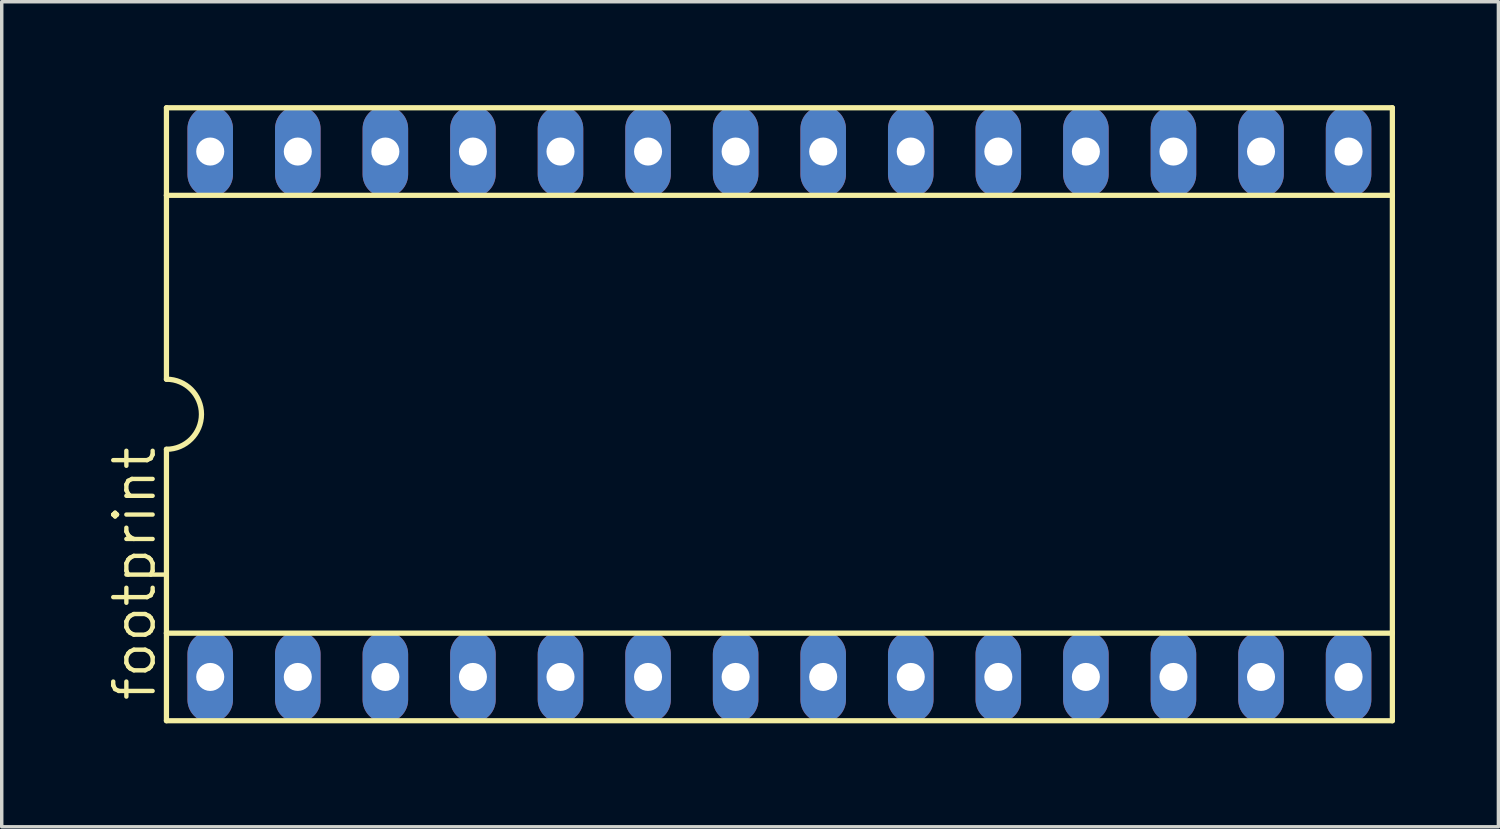
<source format=kicad_pcb>
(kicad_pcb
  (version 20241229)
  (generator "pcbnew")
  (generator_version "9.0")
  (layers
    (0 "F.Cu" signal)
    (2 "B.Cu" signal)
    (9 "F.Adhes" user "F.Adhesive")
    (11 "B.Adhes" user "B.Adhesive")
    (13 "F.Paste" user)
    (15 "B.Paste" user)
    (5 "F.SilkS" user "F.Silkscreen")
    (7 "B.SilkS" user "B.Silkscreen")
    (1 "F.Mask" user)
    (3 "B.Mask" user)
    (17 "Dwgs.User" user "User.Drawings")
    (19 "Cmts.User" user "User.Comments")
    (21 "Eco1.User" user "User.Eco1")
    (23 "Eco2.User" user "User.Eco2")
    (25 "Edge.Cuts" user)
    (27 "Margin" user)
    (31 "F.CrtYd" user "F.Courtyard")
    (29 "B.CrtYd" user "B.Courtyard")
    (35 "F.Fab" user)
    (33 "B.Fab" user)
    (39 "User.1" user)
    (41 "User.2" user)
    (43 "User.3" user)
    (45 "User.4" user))
  (footprint "footprint"
    (layer "F.Cu")
    (at 19.558 8.966)
    (property "Reference" "footprint" (at -18.034 8.382 90) (layer "F.SilkS") (effects (font (size 1.143 1.143) (thickness 0.127)) (justify left bottom)))
    (fp_line (start -17.78 -8.89) (end -17.78 -6.35) (stroke (width 0.152) (type solid)) (layer "F.SilkS"))
    (fp_line (start -17.78 -6.35) (end -17.78 -1.016) (stroke (width 0.152) (type solid)) (layer "F.SilkS"))
    (fp_line (start -17.78 -6.35) (end 17.78 -6.35) (stroke (width 0.152) (type solid)) (layer "F.SilkS"))
    (fp_line (start -17.78 6.35) (end -17.78 1.016) (stroke (width 0.152) (type solid)) (layer "F.SilkS"))
    (fp_line (start -17.78 6.35) (end 17.78 6.35) (stroke (width 0.152) (type solid)) (layer "F.SilkS"))
    (fp_line (start -17.78 8.89) (end -17.78 6.35) (stroke (width 0.152) (type solid)) (layer "F.SilkS"))
    (fp_line (start -17.78 8.89) (end 17.78 8.89) (stroke (width 0.152) (type solid)) (layer "F.SilkS"))
    (fp_line (start 17.78 -8.89) (end -17.78 -8.89) (stroke (width 0.152) (type solid)) (layer "F.SilkS"))
    (fp_line (start 17.78 -8.89) (end 17.78 -6.35) (stroke (width 0.152) (type solid)) (layer "F.SilkS"))
    (fp_line (start 17.78 -6.35) (end 17.78 6.35) (stroke (width 0.152) (type solid)) (layer "F.SilkS"))
    (fp_line (start 17.78 6.35) (end 17.78 8.89) (stroke (width 0.152) (type solid)) (layer "F.SilkS"))
    (fp_arc (start -17.78 -1.016) (mid -16.764 0) (end -17.78 1.016) (stroke (width 0.1524) (type solid)) (layer "F.SilkS"))
    (pad "1" thru_hole oval (at -16.51 7.62 90) (size 2.642 1.321) (drill 0.813) (layers "*.Cu" "*.Mask"))
    (pad "2" thru_hole oval (at -13.97 7.62 90) (size 2.642 1.321) (drill 0.813) (layers "*.Cu" "*.Mask"))
    (pad "3" thru_hole oval (at -11.43 7.62 90) (size 2.642 1.321) (drill 0.813) (layers "*.Cu" "*.Mask"))
    (pad "4" thru_hole oval (at -8.89 7.62 90) (size 2.642 1.321) (drill 0.813) (layers "*.Cu" "*.Mask"))
    (pad "5" thru_hole oval (at -6.35 7.62 90) (size 2.642 1.321) (drill 0.813) (layers "*.Cu" "*.Mask"))
    (pad "6" thru_hole oval (at -3.81 7.62 90) (size 2.642 1.321) (drill 0.813) (layers "*.Cu" "*.Mask"))
    (pad "7" thru_hole oval (at -1.27 7.62 90) (size 2.642 1.321) (drill 0.813) (layers "*.Cu" "*.Mask"))
    (pad "8" thru_hole oval (at 1.27 7.62 90) (size 2.642 1.321) (drill 0.813) (layers "*.Cu" "*.Mask"))
    (pad "9" thru_hole oval (at 3.81 7.62 90) (size 2.642 1.321) (drill 0.813) (layers "*.Cu" "*.Mask"))
    (pad "10" thru_hole oval (at 6.35 7.62 90) (size 2.642 1.321) (drill 0.813) (layers "*.Cu" "*.Mask"))
    (pad "11" thru_hole oval (at 8.89 7.62 90) (size 2.642 1.321) (drill 0.813) (layers "*.Cu" "*.Mask"))
    (pad "12" thru_hole oval (at 11.43 7.62 90) (size 2.642 1.321) (drill 0.813) (layers "*.Cu" "*.Mask"))
    (pad "13" thru_hole oval (at 13.97 7.62 90) (size 2.642 1.321) (drill 0.813) (layers "*.Cu" "*.Mask"))
    (pad "14" thru_hole oval (at 16.51 7.62 90) (size 2.642 1.321) (drill 0.813) (layers "*.Cu" "*.Mask"))
    (pad "15" thru_hole oval (at 16.51 -7.62 90) (size 2.642 1.321) (drill 0.813) (layers "*.Cu" "*.Mask"))
    (pad "16" thru_hole oval (at 13.97 -7.62 90) (size 2.642 1.321) (drill 0.813) (layers "*.Cu" "*.Mask"))
    (pad "17" thru_hole oval (at 11.43 -7.62 90) (size 2.642 1.321) (drill 0.813) (layers "*.Cu" "*.Mask"))
    (pad "18" thru_hole oval (at 8.89 -7.62 90) (size 2.642 1.321) (drill 0.813) (layers "*.Cu" "*.Mask"))
    (pad "19" thru_hole oval (at 6.35 -7.62 90) (size 2.642 1.321) (drill 0.813) (layers "*.Cu" "*.Mask"))
    (pad "20" thru_hole oval (at 3.81 -7.62 90) (size 2.642 1.321) (drill 0.813) (layers "*.Cu" "*.Mask"))
    (pad "21" thru_hole oval (at 1.27 -7.62 90) (size 2.642 1.321) (drill 0.813) (layers "*.Cu" "*.Mask"))
    (pad "22" thru_hole oval (at -1.27 -7.62 90) (size 2.642 1.321) (drill 0.813) (layers "*.Cu" "*.Mask"))
    (pad "23" thru_hole oval (at -3.81 -7.62 90) (size 2.642 1.321) (drill 0.813) (layers "*.Cu" "*.Mask"))
    (pad "24" thru_hole oval (at -6.35 -7.62 90) (size 2.642 1.321) (drill 0.813) (layers "*.Cu" "*.Mask"))
    (pad "25" thru_hole oval (at -8.89 -7.62 90) (size 2.642 1.321) (drill 0.813) (layers "*.Cu" "*.Mask"))
    (pad "26" thru_hole oval (at -11.43 -7.62 90) (size 2.642 1.321) (drill 0.813) (layers "*.Cu" "*.Mask"))
    (pad "27" thru_hole oval (at -13.97 -7.62 90) (size 2.642 1.321) (drill 0.813) (layers "*.Cu" "*.Mask"))
    (pad "28" thru_hole oval (at -16.51 -7.62 90) (size 2.642 1.321) (drill 0.813) (layers "*.Cu" "*.Mask")))
  (gr_rect
    (start -3 -3)
    (end 40.414 20.932)
    (stroke (width 0.1) (type default))
    (fill no)
    (layer "Edge.Cuts")))
</source>
